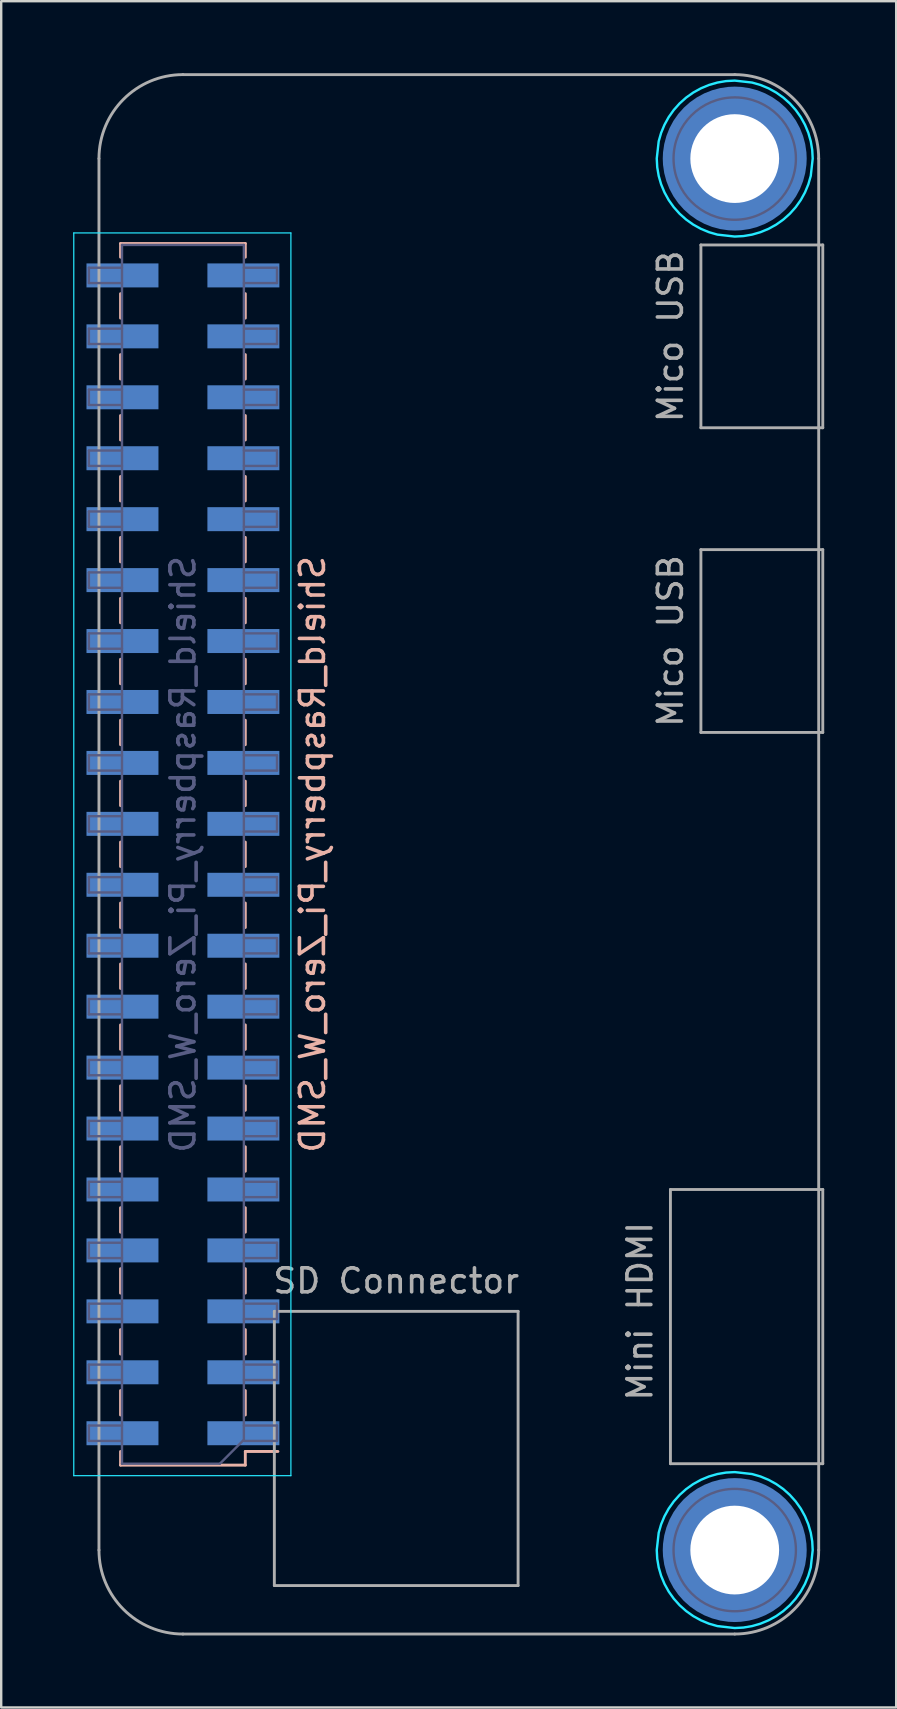
<source format=kicad_pcb>
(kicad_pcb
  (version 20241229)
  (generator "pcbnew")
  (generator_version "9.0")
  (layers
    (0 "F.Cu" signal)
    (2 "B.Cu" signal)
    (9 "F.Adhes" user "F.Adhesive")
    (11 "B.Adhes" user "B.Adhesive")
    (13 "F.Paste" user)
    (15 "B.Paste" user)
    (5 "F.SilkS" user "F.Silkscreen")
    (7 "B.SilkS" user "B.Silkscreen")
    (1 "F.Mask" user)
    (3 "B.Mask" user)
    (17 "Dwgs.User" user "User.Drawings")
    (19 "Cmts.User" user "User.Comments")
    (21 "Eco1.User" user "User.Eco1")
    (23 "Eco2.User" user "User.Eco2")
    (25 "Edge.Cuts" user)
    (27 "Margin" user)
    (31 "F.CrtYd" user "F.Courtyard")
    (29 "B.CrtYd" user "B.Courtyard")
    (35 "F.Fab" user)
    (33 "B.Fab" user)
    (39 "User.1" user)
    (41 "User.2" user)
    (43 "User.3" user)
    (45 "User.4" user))
  (footprint "Shield_Raspberry_Pi_Zero_W_SMD"
    (layer "F.Cu")
    (at 4.575 32.56)
    (property "Reference" "Shield_Raspberry_Pi_Zero_W_SMD" (at 5.4 0 90) (layer "B.SilkS") (effects (font (size 1 1) (thickness 0.15)) (justify mirror)))
    (attr smd)
    (fp_line (start -2.6 -25.46) (end 2.6 -25.46) (stroke (width 0.12) (type solid)) (layer "B.SilkS"))
    (fp_line (start -2.6 -24.89) (end -2.6 -25.46) (stroke (width 0.12) (type solid)) (layer "B.SilkS"))
    (fp_line (start -2.6 -22.35) (end -2.6 -23.37) (stroke (width 0.12) (type solid)) (layer "B.SilkS"))
    (fp_line (start -2.6 -19.81) (end -2.6 -20.83) (stroke (width 0.12) (type solid)) (layer "B.SilkS"))
    (fp_line (start -2.6 -17.27) (end -2.6 -18.29) (stroke (width 0.12) (type solid)) (layer "B.SilkS"))
    (fp_line (start -2.6 -14.73) (end -2.6 -15.75) (stroke (width 0.12) (type solid)) (layer "B.SilkS"))
    (fp_line (start -2.6 -12.19) (end -2.6 -13.21) (stroke (width 0.12) (type solid)) (layer "B.SilkS"))
    (fp_line (start -2.6 -9.65) (end -2.6 -10.67) (stroke (width 0.12) (type solid)) (layer "B.SilkS"))
    (fp_line (start -2.6 -7.11) (end -2.6 -8.13) (stroke (width 0.12) (type solid)) (layer "B.SilkS"))
    (fp_line (start -2.6 -4.57) (end -2.6 -5.59) (stroke (width 0.12) (type solid)) (layer "B.SilkS"))
    (fp_line (start -2.6 -2.03) (end -2.6 -3.05) (stroke (width 0.12) (type solid)) (layer "B.SilkS"))
    (fp_line (start -2.6 0.51) (end -2.6 -0.51) (stroke (width 0.12) (type solid)) (layer "B.SilkS"))
    (fp_line (start -2.6 3.05) (end -2.6 2.03) (stroke (width 0.12) (type solid)) (layer "B.SilkS"))
    (fp_line (start -2.6 5.59) (end -2.6 4.57) (stroke (width 0.12) (type solid)) (layer "B.SilkS"))
    (fp_line (start -2.6 8.13) (end -2.6 7.11) (stroke (width 0.12) (type solid)) (layer "B.SilkS"))
    (fp_line (start -2.6 10.67) (end -2.6 9.65) (stroke (width 0.12) (type solid)) (layer "B.SilkS"))
    (fp_line (start -2.6 13.21) (end -2.6 12.19) (stroke (width 0.12) (type solid)) (layer "B.SilkS"))
    (fp_line (start -2.6 15.75) (end -2.6 14.73) (stroke (width 0.12) (type solid)) (layer "B.SilkS"))
    (fp_line (start -2.6 18.29) (end -2.6 17.27) (stroke (width 0.12) (type solid)) (layer "B.SilkS"))
    (fp_line (start -2.6 20.83) (end -2.6 19.81) (stroke (width 0.12) (type solid)) (layer "B.SilkS"))
    (fp_line (start -2.6 23.37) (end -2.6 22.35) (stroke (width 0.12) (type solid)) (layer "B.SilkS"))
    (fp_line (start -2.6 25.46) (end -2.6 24.89) (stroke (width 0.12) (type solid)) (layer "B.SilkS"))
    (fp_line (start -2.6 25.46) (end 2.6 25.46) (stroke (width 0.12) (type solid)) (layer "B.SilkS"))
    (fp_line (start 2.6 -24.89) (end 2.6 -25.46) (stroke (width 0.12) (type solid)) (layer "B.SilkS"))
    (fp_line (start 2.6 -22.35) (end 2.6 -23.37) (stroke (width 0.12) (type solid)) (layer "B.SilkS"))
    (fp_line (start 2.6 -19.81) (end 2.6 -20.83) (stroke (width 0.12) (type solid)) (layer "B.SilkS"))
    (fp_line (start 2.6 -17.27) (end 2.6 -18.29) (stroke (width 0.12) (type solid)) (layer "B.SilkS"))
    (fp_line (start 2.6 -14.73) (end 2.6 -15.75) (stroke (width 0.12) (type solid)) (layer "B.SilkS"))
    (fp_line (start 2.6 -12.19) (end 2.6 -13.21) (stroke (width 0.12) (type solid)) (layer "B.SilkS"))
    (fp_line (start 2.6 -9.65) (end 2.6 -10.67) (stroke (width 0.12) (type solid)) (layer "B.SilkS"))
    (fp_line (start 2.6 -7.11) (end 2.6 -8.13) (stroke (width 0.12) (type solid)) (layer "B.SilkS"))
    (fp_line (start 2.6 -4.57) (end 2.6 -5.59) (stroke (width 0.12) (type solid)) (layer "B.SilkS"))
    (fp_line (start 2.6 -2.03) (end 2.6 -3.05) (stroke (width 0.12) (type solid)) (layer "B.SilkS"))
    (fp_line (start 2.6 0.51) (end 2.6 -0.51) (stroke (width 0.12) (type solid)) (layer "B.SilkS"))
    (fp_line (start 2.6 3.05) (end 2.6 2.03) (stroke (width 0.12) (type solid)) (layer "B.SilkS"))
    (fp_line (start 2.6 5.59) (end 2.6 4.57) (stroke (width 0.12) (type solid)) (layer "B.SilkS"))
    (fp_line (start 2.6 8.13) (end 2.6 7.11) (stroke (width 0.12) (type solid)) (layer "B.SilkS"))
    (fp_line (start 2.6 10.67) (end 2.6 9.65) (stroke (width 0.12) (type solid)) (layer "B.SilkS"))
    (fp_line (start 2.6 13.21) (end 2.6 12.19) (stroke (width 0.12) (type solid)) (layer "B.SilkS"))
    (fp_line (start 2.6 15.75) (end 2.6 14.73) (stroke (width 0.12) (type solid)) (layer "B.SilkS"))
    (fp_line (start 2.6 18.29) (end 2.6 17.27) (stroke (width 0.12) (type solid)) (layer "B.SilkS"))
    (fp_line (start 2.6 20.83) (end 2.6 19.81) (stroke (width 0.12) (type solid)) (layer "B.SilkS"))
    (fp_line (start 2.6 23.37) (end 2.6 22.35) (stroke (width 0.12) (type solid)) (layer "B.SilkS"))
    (fp_line (start 2.6 24.89) (end 3.96 24.89) (stroke (width 0.12) (type solid)) (layer "B.SilkS"))
    (fp_line (start 2.6 25.46) (end 2.6 24.89) (stroke (width 0.12) (type solid)) (layer "B.SilkS"))
    (fp_poly (pts (xy 22.649 -31.905) (xy 22.579 -31.895) (xy 22.489 -31.88) (xy 22.409 -31.865) (xy 22.334 -31.85) (xy 22.234 -31.825) (xy 22.149 -31.8) (xy 22.058 -31.77) (xy 21.988 -31.745) (xy 21.908 -31.715) (xy 21.823 -31.68) (xy 21.748 -31.645) (xy 21.628 -31.584) (xy 21.558 -31.544) (xy 21.487 -31.504) (xy 21.417 -31.459) (xy 21.377 -31.434) (xy 21.312 -31.389) (xy 21.262 -31.354) (xy 21.217 -31.319) (xy 21.152 -31.269) (xy 21.087 -31.214) (xy 21.047 -31.179) (xy 20.982 -31.119) (xy 20.921 -31.059) (xy 20.871 -31.008) (xy 20.831 -30.963) (xy 20.791 -30.918) (xy 20.736 -30.853) (xy 20.696 -30.803) (xy 20.651 -30.743) (xy 20.601 -30.673) (xy 20.556 -30.608) (xy 20.506 -30.528) (xy 20.471 -30.473) (xy 20.426 -30.387) (xy 20.386 -30.317) (xy 20.345 -30.232) (xy 20.315 -30.162) (xy 20.27 -30.057) (xy 20.235 -29.957) (xy 20.21 -29.882) (xy 20.185 -29.801) (xy 20.155 -29.681) (xy 20.135 -29.596) (xy 20.12 -29.516) (xy 20.105 -29.431) (xy 20.095 -29.35) (xy 20.095 -29.32) (xy 21.135 -29.32) (xy 21.135 -29.335) (xy 21.14 -29.369) (xy 21.155 -29.434) (xy 21.185 -29.549) (xy 21.21 -29.623) (xy 21.245 -29.713) (xy 21.265 -29.763) (xy 21.309 -29.858) (xy 21.349 -29.933) (xy 21.419 -30.047) (xy 21.464 -30.112) (xy 21.499 -30.157) (xy 21.559 -30.232) (xy 21.609 -30.287) (xy 21.649 -30.331) (xy 21.688 -30.366) (xy 21.768 -30.441) (xy 21.823 -30.486) (xy 21.868 -30.521) (xy 21.923 -30.561) (xy 21.978 -30.596) (xy 22.043 -30.636) (xy 22.112 -30.676) (xy 22.192 -30.715) (xy 22.272 -30.75) (xy 22.357 -30.785) (xy 22.431 -30.81) (xy 22.506 -30.83) (xy 22.586 -30.85) (xy 22.66 -30.865) (xy 22.68 -30.865) (xy 22.68 -31.911)) (stroke (width 0) (type default)) (fill yes) (layer "B.Paste"))
    (fp_poly (pts (xy 22.649 26.095) (xy 22.579 26.105) (xy 22.489 26.12) (xy 22.409 26.135) (xy 22.334 26.15) (xy 22.234 26.175) (xy 22.149 26.2) (xy 22.058 26.23) (xy 21.988 26.255) (xy 21.908 26.285) (xy 21.823 26.32) (xy 21.748 26.355) (xy 21.628 26.416) (xy 21.558 26.456) (xy 21.487 26.496) (xy 21.417 26.541) (xy 21.377 26.566) (xy 21.312 26.611) (xy 21.262 26.646) (xy 21.217 26.681) (xy 21.152 26.731) (xy 21.087 26.786) (xy 21.047 26.821) (xy 20.982 26.881) (xy 20.921 26.941) (xy 20.871 26.992) (xy 20.831 27.037) (xy 20.791 27.082) (xy 20.736 27.147) (xy 20.696 27.197) (xy 20.651 27.257) (xy 20.601 27.327) (xy 20.556 27.392) (xy 20.506 27.472) (xy 20.471 27.527) (xy 20.426 27.613) (xy 20.386 27.683) (xy 20.345 27.768) (xy 20.315 27.838) (xy 20.27 27.943) (xy 20.235 28.043) (xy 20.21 28.118) (xy 20.185 28.199) (xy 20.155 28.319) (xy 20.135 28.404) (xy 20.12 28.484) (xy 20.105 28.569) (xy 20.095 28.65) (xy 20.095 28.68) (xy 21.135 28.68) (xy 21.135 28.665) (xy 21.14 28.631) (xy 21.155 28.566) (xy 21.185 28.451) (xy 21.21 28.377) (xy 21.245 28.287) (xy 21.265 28.237) (xy 21.309 28.142) (xy 21.349 28.067) (xy 21.419 27.953) (xy 21.464 27.888) (xy 21.499 27.843) (xy 21.559 27.768) (xy 21.609 27.713) (xy 21.649 27.669) (xy 21.688 27.634) (xy 21.768 27.559) (xy 21.823 27.514) (xy 21.868 27.479) (xy 21.923 27.439) (xy 21.978 27.404) (xy 22.043 27.364) (xy 22.112 27.324) (xy 22.192 27.285) (xy 22.272 27.25) (xy 22.357 27.215) (xy 22.431 27.19) (xy 22.506 27.17) (xy 22.586 27.15) (xy 22.66 27.135) (xy 22.68 27.135) (xy 22.68 26.089)) (stroke (width 0) (type default)) (fill yes) (layer "B.Paste"))
    (fp_poly (pts (xy 20.095 -28.649) (xy 20.105 -28.579) (xy 20.12 -28.489) (xy 20.135 -28.409) (xy 20.15 -28.334) (xy 20.175 -28.234) (xy 20.2 -28.149) (xy 20.23 -28.058) (xy 20.255 -27.988) (xy 20.285 -27.908) (xy 20.32 -27.823) (xy 20.355 -27.748) (xy 20.416 -27.628) (xy 20.456 -27.558) (xy 20.496 -27.487) (xy 20.541 -27.417) (xy 20.566 -27.377) (xy 20.611 -27.312) (xy 20.646 -27.262) (xy 20.681 -27.217) (xy 20.731 -27.152) (xy 20.786 -27.087) (xy 20.821 -27.047) (xy 20.881 -26.982) (xy 20.941 -26.921) (xy 20.992 -26.871) (xy 21.037 -26.831) (xy 21.082 -26.791) (xy 21.147 -26.736) (xy 21.197 -26.696) (xy 21.257 -26.651) (xy 21.327 -26.601) (xy 21.392 -26.556) (xy 21.472 -26.506) (xy 21.472 -26.506) (xy 21.527 -26.471) (xy 21.613 -26.426) (xy 21.683 -26.386) (xy 21.768 -26.345) (xy 21.838 -26.315) (xy 21.943 -26.27) (xy 22.043 -26.235) (xy 22.118 -26.21) (xy 22.199 -26.185) (xy 22.319 -26.155) (xy 22.404 -26.135) (xy 22.484 -26.12) (xy 22.569 -26.105) (xy 22.65 -26.095) (xy 22.68 -26.095) (xy 22.68 -27.135) (xy 22.665 -27.135) (xy 22.631 -27.14) (xy 22.566 -27.155) (xy 22.451 -27.185) (xy 22.377 -27.21) (xy 22.287 -27.245) (xy 22.237 -27.265) (xy 22.142 -27.309) (xy 22.067 -27.349) (xy 21.953 -27.419) (xy 21.888 -27.464) (xy 21.843 -27.499) (xy 21.768 -27.559) (xy 21.713 -27.609) (xy 21.669 -27.649) (xy 21.634 -27.688) (xy 21.559 -27.768) (xy 21.514 -27.823) (xy 21.479 -27.868) (xy 21.439 -27.923) (xy 21.404 -27.978) (xy 21.364 -28.043) (xy 21.324 -28.112) (xy 21.285 -28.192) (xy 21.25 -28.272) (xy 21.215 -28.357) (xy 21.19 -28.431) (xy 21.17 -28.506) (xy 21.15 -28.586) (xy 21.135 -28.66) (xy 21.135 -28.68) (xy 20.089 -28.68)) (stroke (width 0) (type default)) (fill yes) (layer "B.Paste"))
    (fp_poly (pts (xy 20.095 29.351) (xy 20.105 29.421) (xy 20.12 29.511) (xy 20.135 29.591) (xy 20.15 29.666) (xy 20.175 29.766) (xy 20.2 29.851) (xy 20.23 29.942) (xy 20.255 30.012) (xy 20.285 30.092) (xy 20.32 30.177) (xy 20.355 30.252) (xy 20.416 30.372) (xy 20.456 30.442) (xy 20.496 30.513) (xy 20.541 30.583) (xy 20.566 30.623) (xy 20.611 30.688) (xy 20.646 30.738) (xy 20.681 30.783) (xy 20.731 30.848) (xy 20.786 30.913) (xy 20.821 30.953) (xy 20.881 31.018) (xy 20.941 31.079) (xy 20.992 31.129) (xy 21.037 31.169) (xy 21.082 31.209) (xy 21.147 31.264) (xy 21.197 31.304) (xy 21.257 31.349) (xy 21.327 31.399) (xy 21.392 31.444) (xy 21.472 31.494) (xy 21.472 31.494) (xy 21.527 31.529) (xy 21.613 31.574) (xy 21.683 31.614) (xy 21.768 31.655) (xy 21.838 31.685) (xy 21.943 31.73) (xy 22.043 31.765) (xy 22.118 31.79) (xy 22.199 31.815) (xy 22.319 31.845) (xy 22.404 31.865) (xy 22.484 31.88) (xy 22.569 31.895) (xy 22.65 31.905) (xy 22.68 31.905) (xy 22.68 30.865) (xy 22.665 30.865) (xy 22.631 30.86) (xy 22.566 30.845) (xy 22.451 30.815) (xy 22.377 30.79) (xy 22.287 30.755) (xy 22.237 30.735) (xy 22.142 30.691) (xy 22.067 30.651) (xy 21.953 30.581) (xy 21.888 30.536) (xy 21.843 30.501) (xy 21.768 30.441) (xy 21.713 30.391) (xy 21.669 30.351) (xy 21.634 30.312) (xy 21.559 30.232) (xy 21.514 30.177) (xy 21.479 30.132) (xy 21.439 30.077) (xy 21.404 30.022) (xy 21.364 29.957) (xy 21.324 29.888) (xy 21.285 29.808) (xy 21.25 29.728) (xy 21.215 29.643) (xy 21.19 29.569) (xy 21.17 29.494) (xy 21.15 29.414) (xy 21.135 29.34) (xy 21.135 29.32) (xy 20.089 29.32)) (stroke (width 0) (type default)) (fill yes) (layer "B.Paste"))
    (fp_poly (pts (xy 23.32 -30.865) (xy 23.335 -30.865) (xy 23.369 -30.86) (xy 23.434 -30.845) (xy 23.549 -30.815) (xy 23.623 -30.79) (xy 23.713 -30.755) (xy 23.763 -30.735) (xy 23.858 -30.691) (xy 23.933 -30.651) (xy 24.047 -30.581) (xy 24.112 -30.536) (xy 24.157 -30.501) (xy 24.232 -30.441) (xy 24.287 -30.391) (xy 24.331 -30.351) (xy 24.366 -30.312) (xy 24.441 -30.232) (xy 24.486 -30.177) (xy 24.521 -30.132) (xy 24.561 -30.077) (xy 24.596 -30.022) (xy 24.636 -29.957) (xy 24.676 -29.888) (xy 24.715 -29.808) (xy 24.75 -29.728) (xy 24.785 -29.643) (xy 24.81 -29.569) (xy 24.83 -29.494) (xy 24.85 -29.414) (xy 24.865 -29.34) (xy 24.865 -29.32) (xy 25.911 -29.32) (xy 25.905 -29.351) (xy 25.895 -29.421) (xy 25.88 -29.511) (xy 25.865 -29.591) (xy 25.85 -29.666) (xy 25.825 -29.766) (xy 25.8 -29.851) (xy 25.77 -29.942) (xy 25.745 -30.012) (xy 25.715 -30.092) (xy 25.68 -30.177) (xy 25.645 -30.252) (xy 25.584 -30.372) (xy 25.544 -30.442) (xy 25.504 -30.513) (xy 25.459 -30.583) (xy 25.434 -30.623) (xy 25.389 -30.688) (xy 25.354 -30.738) (xy 25.319 -30.783) (xy 25.269 -30.848) (xy 25.214 -30.913) (xy 25.179 -30.953) (xy 25.119 -31.018) (xy 25.059 -31.079) (xy 25.008 -31.129) (xy 24.963 -31.169) (xy 24.918 -31.209) (xy 24.853 -31.264) (xy 24.803 -31.304) (xy 24.743 -31.349) (xy 24.673 -31.399) (xy 24.608 -31.444) (xy 24.528 -31.494) (xy 24.528 -31.494) (xy 24.473 -31.529) (xy 24.387 -31.574) (xy 24.317 -31.614) (xy 24.232 -31.655) (xy 24.162 -31.685) (xy 24.057 -31.73) (xy 23.957 -31.765) (xy 23.882 -31.79) (xy 23.801 -31.815) (xy 23.681 -31.845) (xy 23.596 -31.865) (xy 23.516 -31.88) (xy 23.431 -31.895) (xy 23.35 -31.905) (xy 23.32 -31.905)) (stroke (width 0) (type default)) (fill yes) (layer "B.Paste"))
    (fp_poly (pts (xy 23.32 27.135) (xy 23.335 27.135) (xy 23.369 27.14) (xy 23.434 27.155) (xy 23.549 27.185) (xy 23.623 27.21) (xy 23.713 27.245) (xy 23.763 27.265) (xy 23.858 27.309) (xy 23.933 27.349) (xy 24.047 27.419) (xy 24.112 27.464) (xy 24.157 27.499) (xy 24.232 27.559) (xy 24.287 27.609) (xy 24.331 27.649) (xy 24.366 27.688) (xy 24.441 27.768) (xy 24.486 27.823) (xy 24.521 27.868) (xy 24.561 27.923) (xy 24.596 27.978) (xy 24.636 28.043) (xy 24.676 28.112) (xy 24.715 28.192) (xy 24.75 28.272) (xy 24.785 28.357) (xy 24.81 28.431) (xy 24.83 28.506) (xy 24.85 28.586) (xy 24.865 28.66) (xy 24.865 28.68) (xy 25.911 28.68) (xy 25.905 28.649) (xy 25.895 28.579) (xy 25.88 28.489) (xy 25.865 28.409) (xy 25.85 28.334) (xy 25.825 28.234) (xy 25.8 28.149) (xy 25.77 28.058) (xy 25.745 27.988) (xy 25.715 27.908) (xy 25.68 27.823) (xy 25.645 27.748) (xy 25.584 27.628) (xy 25.544 27.558) (xy 25.504 27.487) (xy 25.459 27.417) (xy 25.434 27.377) (xy 25.389 27.312) (xy 25.354 27.262) (xy 25.319 27.217) (xy 25.269 27.152) (xy 25.214 27.087) (xy 25.179 27.047) (xy 25.119 26.982) (xy 25.059 26.921) (xy 25.008 26.871) (xy 24.963 26.831) (xy 24.918 26.791) (xy 24.853 26.736) (xy 24.803 26.696) (xy 24.743 26.651) (xy 24.673 26.601) (xy 24.608 26.556) (xy 24.528 26.506) (xy 24.528 26.506) (xy 24.473 26.471) (xy 24.387 26.426) (xy 24.317 26.386) (xy 24.232 26.345) (xy 24.162 26.315) (xy 24.057 26.27) (xy 23.957 26.235) (xy 23.882 26.21) (xy 23.801 26.185) (xy 23.681 26.155) (xy 23.596 26.135) (xy 23.516 26.12) (xy 23.431 26.105) (xy 23.35 26.095) (xy 23.32 26.095)) (stroke (width 0) (type default)) (fill yes) (layer "B.Paste"))
    (fp_poly (pts (xy 24.865 -28.665) (xy 24.86 -28.631) (xy 24.845 -28.566) (xy 24.815 -28.451) (xy 24.79 -28.377) (xy 24.755 -28.287) (xy 24.735 -28.237) (xy 24.691 -28.142) (xy 24.651 -28.067) (xy 24.581 -27.953) (xy 24.536 -27.888) (xy 24.501 -27.843) (xy 24.441 -27.768) (xy 24.391 -27.713) (xy 24.351 -27.669) (xy 24.312 -27.634) (xy 24.232 -27.559) (xy 24.177 -27.514) (xy 24.132 -27.479) (xy 24.077 -27.439) (xy 24.022 -27.404) (xy 23.957 -27.364) (xy 23.888 -27.324) (xy 23.808 -27.285) (xy 23.728 -27.25) (xy 23.643 -27.215) (xy 23.569 -27.19) (xy 23.494 -27.17) (xy 23.414 -27.15) (xy 23.34 -27.135) (xy 23.32 -27.135) (xy 23.32 -26.089) (xy 23.351 -26.095) (xy 23.421 -26.105) (xy 23.511 -26.12) (xy 23.591 -26.135) (xy 23.666 -26.15) (xy 23.766 -26.175) (xy 23.851 -26.2) (xy 23.942 -26.23) (xy 24.012 -26.255) (xy 24.092 -26.285) (xy 24.177 -26.32) (xy 24.252 -26.355) (xy 24.372 -26.416) (xy 24.442 -26.456) (xy 24.513 -26.496) (xy 24.583 -26.541) (xy 24.623 -26.566) (xy 24.688 -26.611) (xy 24.738 -26.646) (xy 24.783 -26.681) (xy 24.783 -26.681) (xy 24.848 -26.731) (xy 24.913 -26.786) (xy 24.953 -26.821) (xy 25.018 -26.881) (xy 25.079 -26.941) (xy 25.129 -26.992) (xy 25.169 -27.037) (xy 25.209 -27.082) (xy 25.264 -27.147) (xy 25.304 -27.197) (xy 25.349 -27.257) (xy 25.399 -27.327) (xy 25.444 -27.392) (xy 25.494 -27.472) (xy 25.494 -27.472) (xy 25.529 -27.527) (xy 25.574 -27.613) (xy 25.614 -27.683) (xy 25.655 -27.768) (xy 25.685 -27.838) (xy 25.73 -27.943) (xy 25.765 -28.043) (xy 25.79 -28.118) (xy 25.815 -28.199) (xy 25.845 -28.319) (xy 25.865 -28.404) (xy 25.88 -28.484) (xy 25.895 -28.569) (xy 25.905 -28.65) (xy 25.905 -28.68) (xy 24.865 -28.68)) (stroke (width 0) (type default)) (fill yes) (layer "B.Paste"))
    (fp_poly (pts (xy 24.865 29.335) (xy 24.86 29.369) (xy 24.845 29.434) (xy 24.815 29.549) (xy 24.79 29.623) (xy 24.755 29.713) (xy 24.735 29.763) (xy 24.691 29.858) (xy 24.651 29.933) (xy 24.581 30.047) (xy 24.536 30.112) (xy 24.501 30.157) (xy 24.441 30.232) (xy 24.391 30.287) (xy 24.351 30.331) (xy 24.312 30.366) (xy 24.232 30.441) (xy 24.177 30.486) (xy 24.132 30.521) (xy 24.077 30.561) (xy 24.022 30.596) (xy 23.957 30.636) (xy 23.888 30.676) (xy 23.808 30.715) (xy 23.728 30.75) (xy 23.643 30.785) (xy 23.569 30.81) (xy 23.494 30.83) (xy 23.414 30.85) (xy 23.34 30.865) (xy 23.32 30.865) (xy 23.32 31.911) (xy 23.351 31.905) (xy 23.421 31.895) (xy 23.511 31.88) (xy 23.591 31.865) (xy 23.666 31.85) (xy 23.766 31.825) (xy 23.851 31.8) (xy 23.942 31.77) (xy 24.012 31.745) (xy 24.092 31.715) (xy 24.177 31.68) (xy 24.252 31.645) (xy 24.372 31.584) (xy 24.442 31.544) (xy 24.513 31.504) (xy 24.583 31.459) (xy 24.623 31.434) (xy 24.688 31.389) (xy 24.738 31.354) (xy 24.783 31.319) (xy 24.783 31.319) (xy 24.848 31.269) (xy 24.913 31.214) (xy 24.953 31.179) (xy 25.018 31.119) (xy 25.079 31.059) (xy 25.129 31.008) (xy 25.169 30.963) (xy 25.209 30.918) (xy 25.264 30.853) (xy 25.304 30.803) (xy 25.349 30.743) (xy 25.399 30.673) (xy 25.444 30.608) (xy 25.494 30.528) (xy 25.494 30.528) (xy 25.529 30.473) (xy 25.574 30.387) (xy 25.614 30.317) (xy 25.655 30.232) (xy 25.685 30.162) (xy 25.73 30.057) (xy 25.765 29.957) (xy 25.79 29.882) (xy 25.815 29.801) (xy 25.845 29.681) (xy 25.865 29.596) (xy 25.88 29.516) (xy 25.895 29.431) (xy 25.905 29.35) (xy 25.905 29.32) (xy 24.865 29.32)) (stroke (width 0) (type default)) (fill yes) (layer "B.Paste"))
    (fp_line (start -4.55 -25.9) (end -4.55 25.9) (stroke (width 0.05) (type solid)) (layer "B.CrtYd"))
    (fp_line (start -4.55 25.9) (end 4.5 25.9) (stroke (width 0.05) (type solid)) (layer "B.CrtYd"))
    (fp_line (start 4.5 -25.9) (end -4.55 -25.9) (stroke (width 0.05) (type solid)) (layer "B.CrtYd"))
    (fp_line (start 4.5 25.9) (end 4.5 -25.9) (stroke (width 0.05) (type solid)) (layer "B.CrtYd"))
    (fp_poly (pts (xy 22.636 -32.23) (xy 22.277 -32.169) (xy 21.927 -32.068) (xy 21.59 -31.928) (xy 21.271 -31.752) (xy 20.974 -31.541) (xy 20.702 -31.298) (xy 20.459 -31.026) (xy 20.248 -30.729) (xy 20.072 -30.41) (xy 19.932 -30.073) (xy 19.831 -29.722) (xy 19.75 -29.001) (xy 19.77 -28.636) (xy 19.831 -28.277) (xy 19.932 -27.927) (xy 20.072 -27.59) (xy 20.248 -27.271) (xy 20.459 -26.974) (xy 20.702 -26.702) (xy 20.974 -26.459) (xy 21.271 -26.248) (xy 21.59 -26.072) (xy 21.927 -25.932) (xy 22.278 -25.831) (xy 22.999 -25.75) (xy 23.364 -25.77) (xy 23.723 -25.831) (xy 24.073 -25.932) (xy 24.41 -26.072) (xy 24.729 -26.248) (xy 25.026 -26.459) (xy 25.298 -26.702) (xy 25.541 -26.974) (xy 25.752 -27.271) (xy 25.928 -27.59) (xy 26.068 -27.927) (xy 26.169 -28.278) (xy 26.25 -28.999) (xy 26.23 -29.364) (xy 26.169 -29.723) (xy 26.068 -30.073) (xy 25.928 -30.41) (xy 25.752 -30.729) (xy 25.541 -31.026) (xy 25.298 -31.298) (xy 25.026 -31.541) (xy 24.729 -31.752) (xy 24.41 -31.928) (xy 24.073 -32.068) (xy 23.722 -32.169) (xy 23.001 -32.25)) (stroke (width 0.1) (type default)) (fill no) (layer "B.CrtYd"))
    (fp_poly (pts (xy 22.636 25.77) (xy 22.277 25.831) (xy 21.927 25.932) (xy 21.59 26.072) (xy 21.271 26.248) (xy 20.974 26.459) (xy 20.702 26.702) (xy 20.459 26.974) (xy 20.248 27.271) (xy 20.072 27.59) (xy 19.932 27.927) (xy 19.831 28.278) (xy 19.75 28.999) (xy 19.77 29.364) (xy 19.831 29.723) (xy 19.932 30.073) (xy 20.072 30.41) (xy 20.248 30.729) (xy 20.459 31.026) (xy 20.702 31.298) (xy 20.974 31.541) (xy 21.271 31.752) (xy 21.59 31.928) (xy 21.927 32.068) (xy 22.278 32.169) (xy 22.999 32.25) (xy 23.364 32.23) (xy 23.723 32.169) (xy 24.073 32.068) (xy 24.41 31.928) (xy 24.729 31.752) (xy 25.026 31.541) (xy 25.298 31.298) (xy 25.541 31.026) (xy 25.752 30.729) (xy 25.928 30.41) (xy 26.068 30.073) (xy 26.169 29.722) (xy 26.25 29.001) (xy 26.23 28.636) (xy 26.169 28.277) (xy 26.068 27.927) (xy 25.928 27.59) (xy 25.752 27.271) (xy 25.541 26.974) (xy 25.298 26.702) (xy 25.026 26.459) (xy 24.729 26.248) (xy 24.41 26.072) (xy 24.073 25.932) (xy 23.722 25.831) (xy 23.001 25.75)) (stroke (width 0.1) (type default)) (fill no) (layer "B.CrtYd"))
    (fp_line (start -3.92 -24.45) (end -3.92 -23.81) (stroke (width 0.1) (type solid)) (layer "B.Fab"))
    (fp_line (start -3.92 -23.81) (end -2.54 -23.81) (stroke (width 0.1) (type solid)) (layer "B.Fab"))
    (fp_line (start -3.92 -21.91) (end -3.92 -21.27) (stroke (width 0.1) (type solid)) (layer "B.Fab"))
    (fp_line (start -3.92 -21.27) (end -2.54 -21.27) (stroke (width 0.1) (type solid)) (layer "B.Fab"))
    (fp_line (start -3.92 -19.37) (end -3.92 -18.73) (stroke (width 0.1) (type solid)) (layer "B.Fab"))
    (fp_line (start -3.92 -18.73) (end -2.54 -18.73) (stroke (width 0.1) (type solid)) (layer "B.Fab"))
    (fp_line (start -3.92 -16.83) (end -3.92 -16.19) (stroke (width 0.1) (type solid)) (layer "B.Fab"))
    (fp_line (start -3.92 -16.19) (end -2.54 -16.19) (stroke (width 0.1) (type solid)) (layer "B.Fab"))
    (fp_line (start -3.92 -14.29) (end -3.92 -13.65) (stroke (width 0.1) (type solid)) (layer "B.Fab"))
    (fp_line (start -3.92 -13.65) (end -2.54 -13.65) (stroke (width 0.1) (type solid)) (layer "B.Fab"))
    (fp_line (start -3.92 -11.75) (end -3.92 -11.11) (stroke (width 0.1) (type solid)) (layer "B.Fab"))
    (fp_line (start -3.92 -11.11) (end -2.54 -11.11) (stroke (width 0.1) (type solid)) (layer "B.Fab"))
    (fp_line (start -3.92 -9.21) (end -3.92 -8.57) (stroke (width 0.1) (type solid)) (layer "B.Fab"))
    (fp_line (start -3.92 -8.57) (end -2.54 -8.57) (stroke (width 0.1) (type solid)) (layer "B.Fab"))
    (fp_line (start -3.92 -6.67) (end -3.92 -6.03) (stroke (width 0.1) (type solid)) (layer "B.Fab"))
    (fp_line (start -3.92 -6.03) (end -2.54 -6.03) (stroke (width 0.1) (type solid)) (layer "B.Fab"))
    (fp_line (start -3.92 -4.13) (end -3.92 -3.49) (stroke (width 0.1) (type solid)) (layer "B.Fab"))
    (fp_line (start -3.92 -3.49) (end -2.54 -3.49) (stroke (width 0.1) (type solid)) (layer "B.Fab"))
    (fp_line (start -3.92 -1.59) (end -3.92 -0.95) (stroke (width 0.1) (type solid)) (layer "B.Fab"))
    (fp_line (start -3.92 -0.95) (end -2.54 -0.95) (stroke (width 0.1) (type solid)) (layer "B.Fab"))
    (fp_line (start -3.92 0.95) (end -3.92 1.59) (stroke (width 0.1) (type solid)) (layer "B.Fab"))
    (fp_line (start -3.92 1.59) (end -2.54 1.59) (stroke (width 0.1) (type solid)) (layer "B.Fab"))
    (fp_line (start -3.92 3.49) (end -3.92 4.13) (stroke (width 0.1) (type solid)) (layer "B.Fab"))
    (fp_line (start -3.92 4.13) (end -2.54 4.13) (stroke (width 0.1) (type solid)) (layer "B.Fab"))
    (fp_line (start -3.92 6.03) (end -3.92 6.67) (stroke (width 0.1) (type solid)) (layer "B.Fab"))
    (fp_line (start -3.92 6.67) (end -2.54 6.67) (stroke (width 0.1) (type solid)) (layer "B.Fab"))
    (fp_line (start -3.92 8.57) (end -3.92 9.21) (stroke (width 0.1) (type solid)) (layer "B.Fab"))
    (fp_line (start -3.92 9.21) (end -2.54 9.21) (stroke (width 0.1) (type solid)) (layer "B.Fab"))
    (fp_line (start -3.92 11.11) (end -3.92 11.75) (stroke (width 0.1) (type solid)) (layer "B.Fab"))
    (fp_line (start -3.92 11.75) (end -2.54 11.75) (stroke (width 0.1) (type solid)) (layer "B.Fab"))
    (fp_line (start -3.92 13.65) (end -3.92 14.29) (stroke (width 0.1) (type solid)) (layer "B.Fab"))
    (fp_line (start -3.92 14.29) (end -2.54 14.29) (stroke (width 0.1) (type solid)) (layer "B.Fab"))
    (fp_line (start -3.92 16.19) (end -3.92 16.83) (stroke (width 0.1) (type solid)) (layer "B.Fab"))
    (fp_line (start -3.92 16.83) (end -2.54 16.83) (stroke (width 0.1) (type solid)) (layer "B.Fab"))
    (fp_line (start -3.92 18.73) (end -3.92 19.37) (stroke (width 0.1) (type solid)) (layer "B.Fab"))
    (fp_line (start -3.92 19.37) (end -2.54 19.37) (stroke (width 0.1) (type solid)) (layer "B.Fab"))
    (fp_line (start -3.92 21.27) (end -3.92 21.91) (stroke (width 0.1) (type solid)) (layer "B.Fab"))
    (fp_line (start -3.92 21.91) (end -2.54 21.91) (stroke (width 0.1) (type solid)) (layer "B.Fab"))
    (fp_line (start -3.92 23.81) (end -3.92 24.45) (stroke (width 0.1) (type solid)) (layer "B.Fab"))
    (fp_line (start -3.92 24.45) (end -2.54 24.45) (stroke (width 0.1) (type solid)) (layer "B.Fab"))
    (fp_line (start -2.54 -25.4) (end -2.54 25.4) (stroke (width 0.1) (type solid)) (layer "B.Fab"))
    (fp_line (start -2.54 -24.45) (end -3.92 -24.45) (stroke (width 0.1) (type solid)) (layer "B.Fab"))
    (fp_line (start -2.54 -21.91) (end -3.92 -21.91) (stroke (width 0.1) (type solid)) (layer "B.Fab"))
    (fp_line (start -2.54 -19.37) (end -3.92 -19.37) (stroke (width 0.1) (type solid)) (layer "B.Fab"))
    (fp_line (start -2.54 -16.83) (end -3.92 -16.83) (stroke (width 0.1) (type solid)) (layer "B.Fab"))
    (fp_line (start -2.54 -14.29) (end -3.92 -14.29) (stroke (width 0.1) (type solid)) (layer "B.Fab"))
    (fp_line (start -2.54 -11.75) (end -3.92 -11.75) (stroke (width 0.1) (type solid)) (layer "B.Fab"))
    (fp_line (start -2.54 -9.21) (end -3.92 -9.21) (stroke (width 0.1) (type solid)) (layer "B.Fab"))
    (fp_line (start -2.54 -6.67) (end -3.92 -6.67) (stroke (width 0.1) (type solid)) (layer "B.Fab"))
    (fp_line (start -2.54 -4.13) (end -3.92 -4.13) (stroke (width 0.1) (type solid)) (layer "B.Fab"))
    (fp_line (start -2.54 -1.59) (end -3.92 -1.59) (stroke (width 0.1) (type solid)) (layer "B.Fab"))
    (fp_line (start -2.54 0.95) (end -3.92 0.95) (stroke (width 0.1) (type solid)) (layer "B.Fab"))
    (fp_line (start -2.54 3.49) (end -3.92 3.49) (stroke (width 0.1) (type solid)) (layer "B.Fab"))
    (fp_line (start -2.54 6.03) (end -3.92 6.03) (stroke (width 0.1) (type solid)) (layer "B.Fab"))
    (fp_line (start -2.54 8.57) (end -3.92 8.57) (stroke (width 0.1) (type solid)) (layer "B.Fab"))
    (fp_line (start -2.54 11.11) (end -3.92 11.11) (stroke (width 0.1) (type solid)) (layer "B.Fab"))
    (fp_line (start -2.54 13.65) (end -3.92 13.65) (stroke (width 0.1) (type solid)) (layer "B.Fab"))
    (fp_line (start -2.54 16.19) (end -3.92 16.19) (stroke (width 0.1) (type solid)) (layer "B.Fab"))
    (fp_line (start -2.54 18.73) (end -3.92 18.73) (stroke (width 0.1) (type solid)) (layer "B.Fab"))
    (fp_line (start -2.54 21.27) (end -3.92 21.27) (stroke (width 0.1) (type solid)) (layer "B.Fab"))
    (fp_line (start -2.54 23.81) (end -3.92 23.81) (stroke (width 0.1) (type solid)) (layer "B.Fab"))
    (fp_line (start -2.54 25.4) (end 1.54 25.4) (stroke (width 0.1) (type solid)) (layer "B.Fab"))
    (fp_line (start 1.54 25.4) (end 2.54 24.4) (stroke (width 0.1) (type solid)) (layer "B.Fab"))
    (fp_line (start 2.54 -25.4) (end -2.54 -25.4) (stroke (width 0.1) (type solid)) (layer "B.Fab"))
    (fp_line (start 2.54 -23.81) (end 3.92 -23.81) (stroke (width 0.1) (type solid)) (layer "B.Fab"))
    (fp_line (start 2.54 -21.27) (end 3.92 -21.27) (stroke (width 0.1) (type solid)) (layer "B.Fab"))
    (fp_line (start 2.54 -18.73) (end 3.92 -18.73) (stroke (width 0.1) (type solid)) (layer "B.Fab"))
    (fp_line (start 2.54 -16.19) (end 3.92 -16.19) (stroke (width 0.1) (type solid)) (layer "B.Fab"))
    (fp_line (start 2.54 -13.65) (end 3.92 -13.65) (stroke (width 0.1) (type solid)) (layer "B.Fab"))
    (fp_line (start 2.54 -11.11) (end 3.92 -11.11) (stroke (width 0.1) (type solid)) (layer "B.Fab"))
    (fp_line (start 2.54 -8.57) (end 3.92 -8.57) (stroke (width 0.1) (type solid)) (layer "B.Fab"))
    (fp_line (start 2.54 -6.03) (end 3.92 -6.03) (stroke (width 0.1) (type solid)) (layer "B.Fab"))
    (fp_line (start 2.54 -3.49) (end 3.92 -3.49) (stroke (width 0.1) (type solid)) (layer "B.Fab"))
    (fp_line (start 2.54 -0.95) (end 3.92 -0.95) (stroke (width 0.1) (type solid)) (layer "B.Fab"))
    (fp_line (start 2.54 1.59) (end 3.92 1.59) (stroke (width 0.1) (type solid)) (layer "B.Fab"))
    (fp_line (start 2.54 4.13) (end 3.92 4.13) (stroke (width 0.1) (type solid)) (layer "B.Fab"))
    (fp_line (start 2.54 6.67) (end 3.92 6.67) (stroke (width 0.1) (type solid)) (layer "B.Fab"))
    (fp_line (start 2.54 9.21) (end 3.92 9.21) (stroke (width 0.1) (type solid)) (layer "B.Fab"))
    (fp_line (start 2.54 11.75) (end 3.92 11.75) (stroke (width 0.1) (type solid)) (layer "B.Fab"))
    (fp_line (start 2.54 14.29) (end 3.92 14.29) (stroke (width 0.1) (type solid)) (layer "B.Fab"))
    (fp_line (start 2.54 16.83) (end 3.92 16.83) (stroke (width 0.1) (type solid)) (layer "B.Fab"))
    (fp_line (start 2.54 19.37) (end 3.92 19.37) (stroke (width 0.1) (type solid)) (layer "B.Fab"))
    (fp_line (start 2.54 21.91) (end 3.92 21.91) (stroke (width 0.1) (type solid)) (layer "B.Fab"))
    (fp_line (start 2.54 24.4) (end 2.54 -25.4) (stroke (width 0.1) (type solid)) (layer "B.Fab"))
    (fp_line (start 2.54 24.45) (end 3.92 24.45) (stroke (width 0.1) (type solid)) (layer "B.Fab"))
    (fp_line (start 3.92 -24.45) (end 2.54 -24.45) (stroke (width 0.1) (type solid)) (layer "B.Fab"))
    (fp_line (start 3.92 -23.81) (end 3.92 -24.45) (stroke (width 0.1) (type solid)) (layer "B.Fab"))
    (fp_line (start 3.92 -21.91) (end 2.54 -21.91) (stroke (width 0.1) (type solid)) (layer "B.Fab"))
    (fp_line (start 3.92 -21.27) (end 3.92 -21.91) (stroke (width 0.1) (type solid)) (layer "B.Fab"))
    (fp_line (start 3.92 -19.37) (end 2.54 -19.37) (stroke (width 0.1) (type solid)) (layer "B.Fab"))
    (fp_line (start 3.92 -18.73) (end 3.92 -19.37) (stroke (width 0.1) (type solid)) (layer "B.Fab"))
    (fp_line (start 3.92 -16.83) (end 2.54 -16.83) (stroke (width 0.1) (type solid)) (layer "B.Fab"))
    (fp_line (start 3.92 -16.19) (end 3.92 -16.83) (stroke (width 0.1) (type solid)) (layer "B.Fab"))
    (fp_line (start 3.92 -14.29) (end 2.54 -14.29) (stroke (width 0.1) (type solid)) (layer "B.Fab"))
    (fp_line (start 3.92 -13.65) (end 3.92 -14.29) (stroke (width 0.1) (type solid)) (layer "B.Fab"))
    (fp_line (start 3.92 -11.75) (end 2.54 -11.75) (stroke (width 0.1) (type solid)) (layer "B.Fab"))
    (fp_line (start 3.92 -11.11) (end 3.92 -11.75) (stroke (width 0.1) (type solid)) (layer "B.Fab"))
    (fp_line (start 3.92 -9.21) (end 2.54 -9.21) (stroke (width 0.1) (type solid)) (layer "B.Fab"))
    (fp_line (start 3.92 -8.57) (end 3.92 -9.21) (stroke (width 0.1) (type solid)) (layer "B.Fab"))
    (fp_line (start 3.92 -6.67) (end 2.54 -6.67) (stroke (width 0.1) (type solid)) (layer "B.Fab"))
    (fp_line (start 3.92 -6.03) (end 3.92 -6.67) (stroke (width 0.1) (type solid)) (layer "B.Fab"))
    (fp_line (start 3.92 -4.13) (end 2.54 -4.13) (stroke (width 0.1) (type solid)) (layer "B.Fab"))
    (fp_line (start 3.92 -3.49) (end 3.92 -4.13) (stroke (width 0.1) (type solid)) (layer "B.Fab"))
    (fp_line (start 3.92 -1.59) (end 2.54 -1.59) (stroke (width 0.1) (type solid)) (layer "B.Fab"))
    (fp_line (start 3.92 -0.95) (end 3.92 -1.59) (stroke (width 0.1) (type solid)) (layer "B.Fab"))
    (fp_line (start 3.92 0.95) (end 2.54 0.95) (stroke (width 0.1) (type solid)) (layer "B.Fab"))
    (fp_line (start 3.92 1.59) (end 3.92 0.95) (stroke (width 0.1) (type solid)) (layer "B.Fab"))
    (fp_line (start 3.92 3.49) (end 2.54 3.49) (stroke (width 0.1) (type solid)) (layer "B.Fab"))
    (fp_line (start 3.92 4.13) (end 3.92 3.49) (stroke (width 0.1) (type solid)) (layer "B.Fab"))
    (fp_line (start 3.92 6.03) (end 2.54 6.03) (stroke (width 0.1) (type solid)) (layer "B.Fab"))
    (fp_line (start 3.92 6.67) (end 3.92 6.03) (stroke (width 0.1) (type solid)) (layer "B.Fab"))
    (fp_line (start 3.92 8.57) (end 2.54 8.57) (stroke (width 0.1) (type solid)) (layer "B.Fab"))
    (fp_line (start 3.92 9.21) (end 3.92 8.57) (stroke (width 0.1) (type solid)) (layer "B.Fab"))
    (fp_line (start 3.92 11.11) (end 2.54 11.11) (stroke (width 0.1) (type solid)) (layer "B.Fab"))
    (fp_line (start 3.92 11.75) (end 3.92 11.11) (stroke (width 0.1) (type solid)) (layer "B.Fab"))
    (fp_line (start 3.92 13.65) (end 2.54 13.65) (stroke (width 0.1) (type solid)) (layer "B.Fab"))
    (fp_line (start 3.92 14.29) (end 3.92 13.65) (stroke (width 0.1) (type solid)) (layer "B.Fab"))
    (fp_line (start 3.92 16.19) (end 2.54 16.19) (stroke (width 0.1) (type solid)) (layer "B.Fab"))
    (fp_line (start 3.92 16.83) (end 3.92 16.19) (stroke (width 0.1) (type solid)) (layer "B.Fab"))
    (fp_line (start 3.92 18.73) (end 2.54 18.73) (stroke (width 0.1) (type solid)) (layer "B.Fab"))
    (fp_line (start 3.92 19.37) (end 3.92 18.73) (stroke (width 0.1) (type solid)) (layer "B.Fab"))
    (fp_line (start 3.92 21.27) (end 2.54 21.27) (stroke (width 0.1) (type solid)) (layer "B.Fab"))
    (fp_line (start 3.92 21.91) (end 3.92 21.27) (stroke (width 0.1) (type solid)) (layer "B.Fab"))
    (fp_line (start 3.92 23.81) (end 2.54 23.81) (stroke (width 0.1) (type solid)) (layer "B.Fab"))
    (fp_line (start 3.92 24.45) (end 3.92 23.81) (stroke (width 0.1) (type solid)) (layer "B.Fab"))
    (fp_circle (center 23 -29) (end 20.45 -29) (stroke (width 0.1) (type solid)) (fill no) (layer "B.Fab"))
    (fp_circle (center 23 29) (end 20.45 29) (stroke (width 0.1) (type solid)) (fill no) (layer "B.Fab"))
    (fp_line (start -3.5 -29) (end -3.5 29) (stroke (width 0.12) (type solid)) (layer "F.Fab"))
    (fp_line (start 0 32.5) (end 23 32.5) (stroke (width 0.12) (type solid)) (layer "F.Fab"))
    (fp_line (start 3.81 19.05) (end 13.97 19.05) (stroke (width 0.12) (type solid)) (layer "F.Fab"))
    (fp_line (start 3.81 30.48) (end 3.81 19.05) (stroke (width 0.12) (type solid)) (layer "F.Fab"))
    (fp_line (start 13.97 19.05) (end 13.97 30.48) (stroke (width 0.12) (type solid)) (layer "F.Fab"))
    (fp_line (start 13.97 30.48) (end 3.81 30.48) (stroke (width 0.12) (type solid)) (layer "F.Fab"))
    (fp_line (start 20.32 13.97) (end 20.32 25.4) (stroke (width 0.12) (type solid)) (layer "F.Fab"))
    (fp_line (start 20.32 25.4) (end 26.67 25.4) (stroke (width 0.12) (type solid)) (layer "F.Fab"))
    (fp_line (start 21.59 -25.4) (end 21.59 -17.78) (stroke (width 0.12) (type solid)) (layer "F.Fab"))
    (fp_line (start 21.59 -17.78) (end 26.67 -17.78) (stroke (width 0.12) (type solid)) (layer "F.Fab"))
    (fp_line (start 21.59 -12.7) (end 21.59 -5.08) (stroke (width 0.12) (type solid)) (layer "F.Fab"))
    (fp_line (start 21.59 -5.08) (end 26.67 -5.08) (stroke (width 0.12) (type solid)) (layer "F.Fab"))
    (fp_line (start 23 -32.5) (end 0 -32.5) (stroke (width 0.12) (type solid)) (layer "F.Fab"))
    (fp_line (start 26.5 29) (end 26.5 -29) (stroke (width 0.12) (type solid)) (layer "F.Fab"))
    (fp_line (start 26.67 -25.4) (end 21.59 -25.4) (stroke (width 0.12) (type solid)) (layer "F.Fab"))
    (fp_line (start 26.67 -17.78) (end 26.67 -25.4) (stroke (width 0.12) (type solid)) (layer "F.Fab"))
    (fp_line (start 26.67 -12.7) (end 21.59 -12.7) (stroke (width 0.12) (type solid)) (layer "F.Fab"))
    (fp_line (start 26.67 -5.08) (end 26.67 -12.7) (stroke (width 0.12) (type solid)) (layer "F.Fab"))
    (fp_line (start 26.67 13.97) (end 20.32 13.97) (stroke (width 0.12) (type solid)) (layer "F.Fab"))
    (fp_line (start 26.67 25.4) (end 26.67 13.97) (stroke (width 0.12) (type solid)) (layer "F.Fab"))
    (fp_arc (start -3.5 -29) (mid -2.474874 -31.474874) (end 0 -32.5) (stroke (width 0.12) (type solid)) (layer "F.Fab"))
    (fp_arc (start 0 32.5) (mid -2.474874 31.474874) (end -3.5 29) (stroke (width 0.12) (type solid)) (layer "F.Fab"))
    (fp_arc (start 23 -32.5) (mid 25.474874 -31.474874) (end 26.5 -29) (stroke (width 0.12) (type solid)) (layer "F.Fab"))
    (fp_arc (start 26.5 29) (mid 25.474874 31.474874) (end 23 32.5) (stroke (width 0.12) (type solid)) (layer "F.Fab"))
    (fp_text user "${REFERENCE}" (at 0 0 90) (layer "B.Fab") (effects (font (size 1 1) (thickness 0.15)) (justify mirror)))
    (fp_text user "Mico USB" (at 20.32 -8.89 90) (layer "F.Fab") (effects (font (size 1 1) (thickness 0.15))))
    (fp_text user "Mini HDMI" (at 19.05 19.05 90) (layer "F.Fab") (effects (font (size 1 1) (thickness 0.15))))
    (fp_text user "Mico USB" (at 20.32 -21.59 90) (layer "F.Fab") (effects (font (size 1 1) (thickness 0.15))))
    (fp_text user "SD Connector" (at 8.89 17.78 0) (layer "F.Fab") (effects (font (size 1 1) (thickness 0.15))))
    (pad "" np_thru_hole circle (at 23 -29) (size 3.7 3.7) (drill 3.7) (layers "*.Cu" "*.Mask"))
    (pad "" np_thru_hole circle (at 23 29) (size 3.7 3.7) (drill 3.7) (layers "*.Cu" "*.Mask"))
    (pad "1" smd rect (at 2.52 24.13 180) (size 3 1) (layers "B.Cu" "B.Mask" "B.Paste"))
    (pad "2" smd rect (at -2.52 24.13 180) (size 3 1) (layers "B.Cu" "B.Mask" "B.Paste"))
    (pad "3" smd rect (at 2.52 21.59 180) (size 3 1) (layers "B.Cu" "B.Mask" "B.Paste"))
    (pad "4" smd rect (at -2.52 21.59 180) (size 3 1) (layers "B.Cu" "B.Mask" "B.Paste"))
    (pad "5" smd rect (at 2.52 19.05 180) (size 3 1) (layers "B.Cu" "B.Mask" "B.Paste"))
    (pad "6" smd rect (at -2.52 19.05 180) (size 3 1) (layers "B.Cu" "B.Mask" "B.Paste"))
    (pad "7" smd rect (at 2.52 16.51 180) (size 3 1) (layers "B.Cu" "B.Mask" "B.Paste"))
    (pad "8" smd rect (at -2.52 16.51 180) (size 3 1) (layers "B.Cu" "B.Mask" "B.Paste"))
    (pad "9" smd rect (at 2.52 13.97 180) (size 3 1) (layers "B.Cu" "B.Mask" "B.Paste"))
    (pad "10" smd rect (at -2.52 13.97 180) (size 3 1) (layers "B.Cu" "B.Mask" "B.Paste"))
    (pad "11" smd rect (at 2.52 11.43 180) (size 3 1) (layers "B.Cu" "B.Mask" "B.Paste"))
    (pad "12" smd rect (at -2.52 11.43 180) (size 3 1) (layers "B.Cu" "B.Mask" "B.Paste"))
    (pad "13" smd rect (at 2.52 8.89 180) (size 3 1) (layers "B.Cu" "B.Mask" "B.Paste"))
    (pad "14" smd rect (at -2.52 8.89 180) (size 3 1) (layers "B.Cu" "B.Mask" "B.Paste"))
    (pad "15" smd rect (at 2.52 6.35 180) (size 3 1) (layers "B.Cu" "B.Mask" "B.Paste"))
    (pad "16" smd rect (at -2.52 6.35 180) (size 3 1) (layers "B.Cu" "B.Mask" "B.Paste"))
    (pad "17" smd rect (at 2.52 3.81 180) (size 3 1) (layers "B.Cu" "B.Mask" "B.Paste"))
    (pad "18" smd rect (at -2.52 3.81 180) (size 3 1) (layers "B.Cu" "B.Mask" "B.Paste"))
    (pad "19" smd rect (at 2.52 1.27 180) (size 3 1) (layers "B.Cu" "B.Mask" "B.Paste"))
    (pad "20" smd rect (at -2.52 1.27 180) (size 3 1) (layers "B.Cu" "B.Mask" "B.Paste"))
    (pad "21" smd rect (at 2.52 -1.27 180) (size 3 1) (layers "B.Cu" "B.Mask" "B.Paste"))
    (pad "22" smd rect (at -2.52 -1.27 180) (size 3 1) (layers "B.Cu" "B.Mask" "B.Paste"))
    (pad "23" smd rect (at 2.52 -3.81 180) (size 3 1) (layers "B.Cu" "B.Mask" "B.Paste"))
    (pad "24" smd rect (at -2.52 -3.81 180) (size 3 1) (layers "B.Cu" "B.Mask" "B.Paste"))
    (pad "25" smd rect (at 2.52 -6.35 180) (size 3 1) (layers "B.Cu" "B.Mask" "B.Paste"))
    (pad "26" smd rect (at -2.52 -6.35 180) (size 3 1) (layers "B.Cu" "B.Mask" "B.Paste"))
    (pad "27" smd rect (at 2.52 -8.89 180) (size 3 1) (layers "B.Cu" "B.Mask" "B.Paste"))
    (pad "28" smd rect (at -2.52 -8.89 180) (size 3 1) (layers "B.Cu" "B.Mask" "B.Paste"))
    (pad "29" smd rect (at 2.52 -11.43 180) (size 3 1) (layers "B.Cu" "B.Mask" "B.Paste"))
    (pad "30" smd rect (at -2.52 -11.43 180) (size 3 1) (layers "B.Cu" "B.Mask" "B.Paste"))
    (pad "31" smd rect (at 2.52 -13.97 180) (size 3 1) (layers "B.Cu" "B.Mask" "B.Paste"))
    (pad "32" smd rect (at -2.52 -13.97 180) (size 3 1) (layers "B.Cu" "B.Mask" "B.Paste"))
    (pad "33" smd rect (at 2.52 -16.51 180) (size 3 1) (layers "B.Cu" "B.Mask" "B.Paste"))
    (pad "34" smd rect (at -2.52 -16.51 180) (size 3 1) (layers "B.Cu" "B.Mask" "B.Paste"))
    (pad "35" smd rect (at 2.52 -19.05 180) (size 3 1) (layers "B.Cu" "B.Mask" "B.Paste"))
    (pad "36" smd rect (at -2.52 -19.05 180) (size 3 1) (layers "B.Cu" "B.Mask" "B.Paste"))
    (pad "37" smd rect (at 2.52 -21.59 180) (size 3 1) (layers "B.Cu" "B.Mask" "B.Paste"))
    (pad "38" smd rect (at -2.52 -21.59 180) (size 3 1) (layers "B.Cu" "B.Mask" "B.Paste"))
    (pad "39" smd rect (at 2.52 -24.13 180) (size 3 1) (layers "B.Cu" "B.Mask" "B.Paste"))
    (pad "40" smd rect (at -2.52 -24.13 180) (size 3 1) (layers "B.Cu" "B.Mask" "B.Paste"))
    (pad "MH" smd roundrect (at 23 -29) (size 6 6) (layers "B.Cu" "B.Mask") (roundrect_rratio 0.5))
    (pad "MH" smd roundrect (at 23 29) (size 6 6) (layers "B.Cu" "B.Mask") (roundrect_rratio 0.5)))
  (gr_rect
    (start -3 -3)
    (end 34.305 68.12)
    (stroke (width 0.1) (type default))
    (fill no)
    (layer "Edge.Cuts")))
</source>
